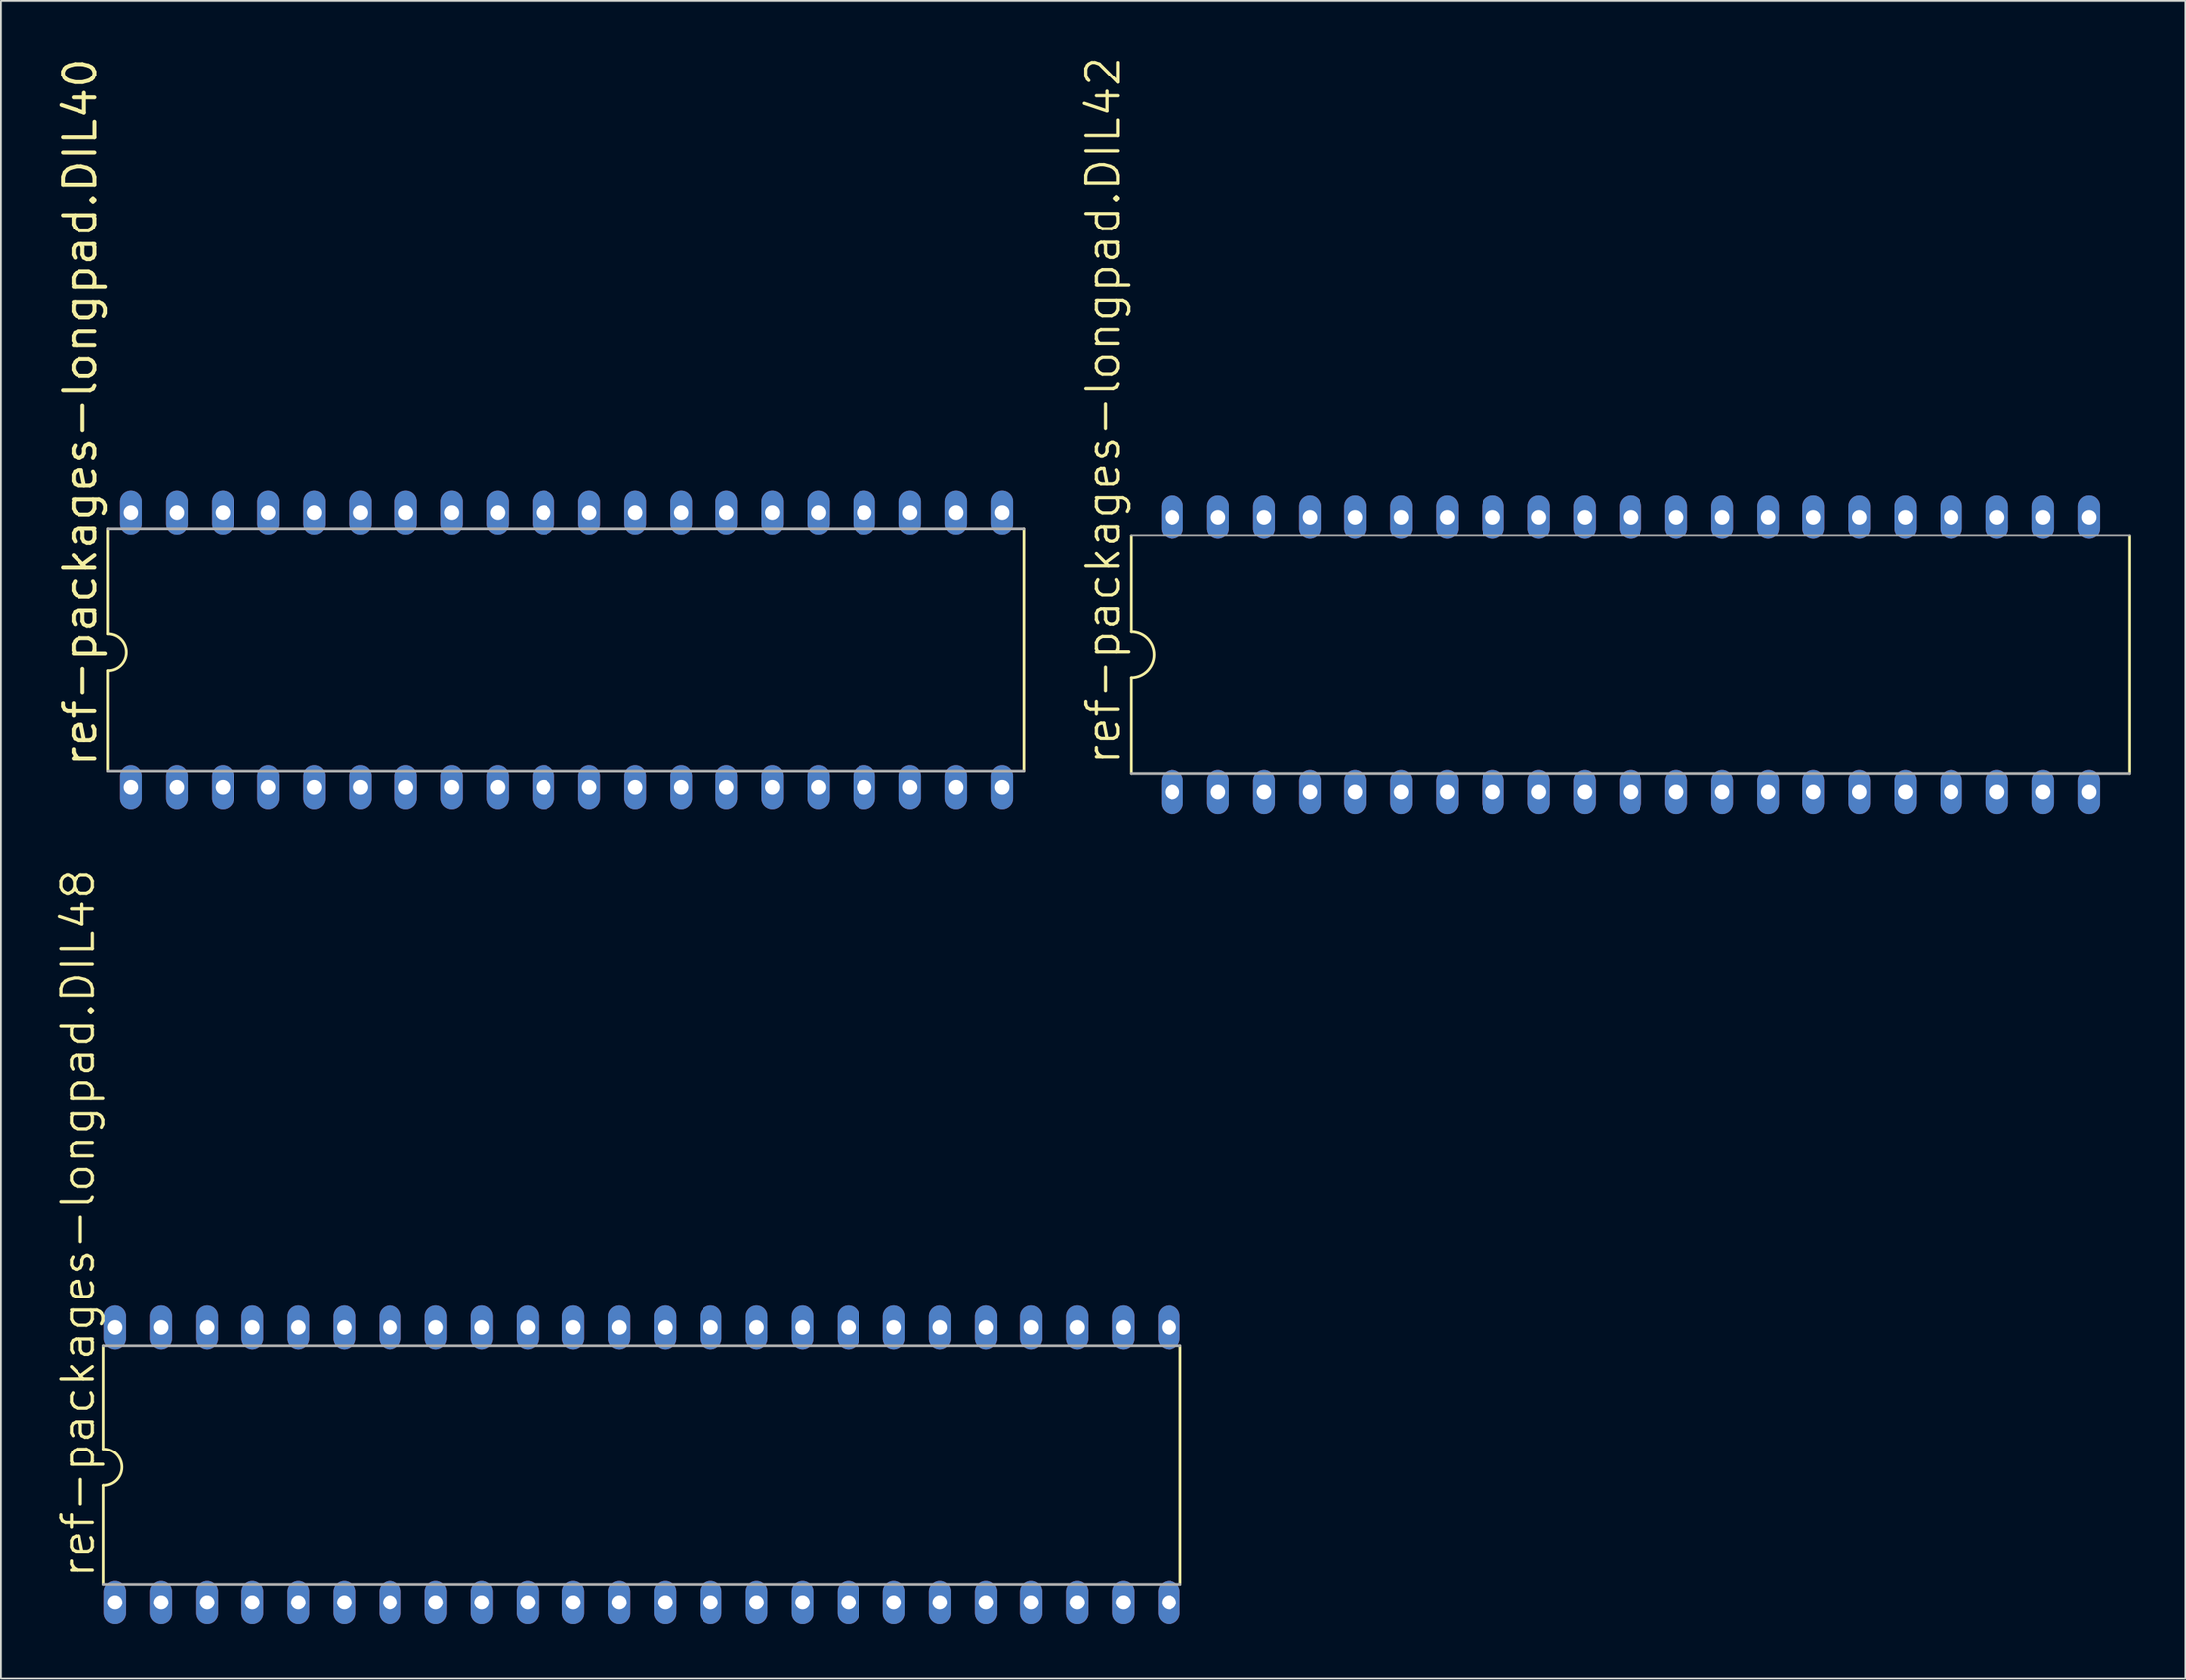
<source format=kicad_pcb>
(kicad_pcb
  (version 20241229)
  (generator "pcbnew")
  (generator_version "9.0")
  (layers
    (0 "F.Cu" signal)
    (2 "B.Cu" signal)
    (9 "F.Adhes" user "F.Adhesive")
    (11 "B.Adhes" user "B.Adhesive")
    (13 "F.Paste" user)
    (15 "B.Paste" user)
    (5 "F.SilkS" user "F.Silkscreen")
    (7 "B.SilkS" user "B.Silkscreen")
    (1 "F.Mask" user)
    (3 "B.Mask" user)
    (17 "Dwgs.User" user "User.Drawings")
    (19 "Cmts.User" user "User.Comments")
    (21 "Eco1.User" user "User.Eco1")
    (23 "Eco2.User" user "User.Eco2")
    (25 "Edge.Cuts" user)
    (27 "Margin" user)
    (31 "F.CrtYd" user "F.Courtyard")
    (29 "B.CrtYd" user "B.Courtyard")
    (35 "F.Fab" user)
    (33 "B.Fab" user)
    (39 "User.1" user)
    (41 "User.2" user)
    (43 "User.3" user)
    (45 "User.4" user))
  (footprint "ref-packages-longpad.DIL42"
    (layer "F.Cu")
    (at 87.334 33.247)
    (property "Reference" "ref-packages-longpad.DIL42" (at -28.194 6.223 90) (layer "F.SilkS") (effects (font (size 1.778 1.778) (thickness 0.18)) (justify left bottom)))
    (attr through_hole)
    (fp_line (start -27.686 -6.604) (end -27.686 -1.27) (stroke (width 0.152) (type default)) (layer "F.SilkS"))
    (fp_line (start -27.686 1.27) (end -27.686 6.604) (stroke (width 0.152) (type default)) (layer "F.SilkS"))
    (fp_line (start 27.686 6.604) (end 27.686 -6.604) (stroke (width 0.152) (type default)) (layer "F.SilkS"))
    (fp_arc (start -27.686 -1.27) (mid -26.416 0) (end -27.686 1.27) (stroke (width 0.1524) (type default)) (layer "F.SilkS"))
    (fp_line (start -27.686 -6.604) (end 27.686 -6.604) (stroke (width 0.152) (type default)) (layer "F.Fab"))
    (fp_line (start -27.686 6.604) (end 27.686 6.604) (stroke (width 0.152) (type default)) (layer "F.Fab"))
    (pad "1" thru_hole oval (at -25.4 7.62 90) (size 2.438 1.219) (drill 0.813) (layers "*.Cu" "*.Mask"))
    (pad "2" thru_hole oval (at -22.86 7.62 90) (size 2.438 1.219) (drill 0.813) (layers "*.Cu" "*.Mask"))
    (pad "3" thru_hole oval (at -20.32 7.62 90) (size 2.438 1.219) (drill 0.813) (layers "*.Cu" "*.Mask"))
    (pad "4" thru_hole oval (at -17.78 7.62 90) (size 2.438 1.219) (drill 0.813) (layers "*.Cu" "*.Mask"))
    (pad "5" thru_hole oval (at -15.24 7.62 90) (size 2.438 1.219) (drill 0.813) (layers "*.Cu" "*.Mask"))
    (pad "6" thru_hole oval (at -12.7 7.62 90) (size 2.438 1.219) (drill 0.813) (layers "*.Cu" "*.Mask"))
    (pad "7" thru_hole oval (at -10.16 7.62 90) (size 2.438 1.219) (drill 0.813) (layers "*.Cu" "*.Mask"))
    (pad "8" thru_hole oval (at -7.62 7.62 90) (size 2.438 1.219) (drill 0.813) (layers "*.Cu" "*.Mask"))
    (pad "9" thru_hole oval (at -5.08 7.62 90) (size 2.438 1.219) (drill 0.813) (layers "*.Cu" "*.Mask"))
    (pad "10" thru_hole oval (at -2.54 7.62 90) (size 2.438 1.219) (drill 0.813) (layers "*.Cu" "*.Mask"))
    (pad "11" thru_hole oval (at 0 7.62 90) (size 2.438 1.219) (drill 0.813) (layers "*.Cu" "*.Mask"))
    (pad "12" thru_hole oval (at 2.54 7.62 90) (size 2.438 1.219) (drill 0.813) (layers "*.Cu" "*.Mask"))
    (pad "13" thru_hole oval (at 5.08 7.62 90) (size 2.438 1.219) (drill 0.813) (layers "*.Cu" "*.Mask"))
    (pad "14" thru_hole oval (at 7.62 7.62 90) (size 2.438 1.219) (drill 0.813) (layers "*.Cu" "*.Mask"))
    (pad "15" thru_hole oval (at 10.16 7.62 90) (size 2.438 1.219) (drill 0.813) (layers "*.Cu" "*.Mask"))
    (pad "16" thru_hole oval (at 12.7 7.62 90) (size 2.438 1.219) (drill 0.813) (layers "*.Cu" "*.Mask"))
    (pad "17" thru_hole oval (at 15.24 7.62 90) (size 2.438 1.219) (drill 0.813) (layers "*.Cu" "*.Mask"))
    (pad "18" thru_hole oval (at 17.78 7.62 90) (size 2.438 1.219) (drill 0.813) (layers "*.Cu" "*.Mask"))
    (pad "19" thru_hole oval (at 20.32 7.62 90) (size 2.438 1.219) (drill 0.813) (layers "*.Cu" "*.Mask"))
    (pad "20" thru_hole oval (at 22.86 7.62 90) (size 2.438 1.219) (drill 0.813) (layers "*.Cu" "*.Mask"))
    (pad "21" thru_hole oval (at 25.4 7.62 90) (size 2.438 1.219) (drill 0.813) (layers "*.Cu" "*.Mask"))
    (pad "22" thru_hole oval (at 25.4 -7.62 90) (size 2.438 1.219) (drill 0.813) (layers "*.Cu" "*.Mask"))
    (pad "23" thru_hole oval (at 22.86 -7.62 90) (size 2.438 1.219) (drill 0.813) (layers "*.Cu" "*.Mask"))
    (pad "24" thru_hole oval (at 20.32 -7.62 90) (size 2.438 1.219) (drill 0.813) (layers "*.Cu" "*.Mask"))
    (pad "25" thru_hole oval (at 17.78 -7.62 90) (size 2.438 1.219) (drill 0.813) (layers "*.Cu" "*.Mask"))
    (pad "26" thru_hole oval (at 15.24 -7.62 90) (size 2.438 1.219) (drill 0.813) (layers "*.Cu" "*.Mask"))
    (pad "27" thru_hole oval (at 12.7 -7.62 90) (size 2.438 1.219) (drill 0.813) (layers "*.Cu" "*.Mask"))
    (pad "28" thru_hole oval (at 10.16 -7.62 90) (size 2.438 1.219) (drill 0.813) (layers "*.Cu" "*.Mask"))
    (pad "29" thru_hole oval (at 7.62 -7.62 90) (size 2.438 1.219) (drill 0.813) (layers "*.Cu" "*.Mask"))
    (pad "30" thru_hole oval (at 5.08 -7.62 90) (size 2.438 1.219) (drill 0.813) (layers "*.Cu" "*.Mask"))
    (pad "31" thru_hole oval (at 2.54 -7.62 90) (size 2.438 1.219) (drill 0.813) (layers "*.Cu" "*.Mask"))
    (pad "32" thru_hole oval (at 0 -7.62 90) (size 2.438 1.219) (drill 0.813) (layers "*.Cu" "*.Mask"))
    (pad "33" thru_hole oval (at -2.54 -7.62 90) (size 2.438 1.219) (drill 0.813) (layers "*.Cu" "*.Mask"))
    (pad "34" thru_hole oval (at -5.08 -7.62 90) (size 2.438 1.219) (drill 0.813) (layers "*.Cu" "*.Mask"))
    (pad "35" thru_hole oval (at -7.62 -7.62 90) (size 2.438 1.219) (drill 0.813) (layers "*.Cu" "*.Mask"))
    (pad "36" thru_hole oval (at -10.16 -7.62 90) (size 2.438 1.219) (drill 0.813) (layers "*.Cu" "*.Mask"))
    (pad "37" thru_hole oval (at -12.7 -7.62 90) (size 2.438 1.219) (drill 0.813) (layers "*.Cu" "*.Mask"))
    (pad "38" thru_hole oval (at -15.24 -7.62 90) (size 2.438 1.219) (drill 0.813) (layers "*.Cu" "*.Mask"))
    (pad "39" thru_hole oval (at -17.78 -7.62 90) (size 2.438 1.219) (drill 0.813) (layers "*.Cu" "*.Mask"))
    (pad "40" thru_hole oval (at -20.32 -7.62 90) (size 2.438 1.219) (drill 0.813) (layers "*.Cu" "*.Mask"))
    (pad "41" thru_hole oval (at -22.86 -7.62 90) (size 2.438 1.219) (drill 0.813) (layers "*.Cu" "*.Mask"))
    (pad "42" thru_hole oval (at -25.4 -7.62 90) (size 2.438 1.219) (drill 0.813) (layers "*.Cu" "*.Mask")))
  (footprint "ref-packages-longpad.DIL40"
    (layer "F.Cu")
    (at 28.346 32.986)
    (property "Reference" "ref-packages-longpad.DIL40" (at -25.908 6.604 90) (layer "F.SilkS") (effects (font (size 1.778 1.778) (thickness 0.22)) (justify left bottom)))
    (attr through_hole)
    (fp_line (start -25.4 -6.731) (end -25.4 -0.889) (stroke (width 0.152) (type default)) (layer "F.SilkS"))
    (fp_line (start -25.4 6.731) (end -25.4 1.143) (stroke (width 0.152) (type default)) (layer "F.SilkS"))
    (fp_line (start 25.4 -6.731) (end 25.4 6.731) (stroke (width 0.152) (type default)) (layer "F.SilkS"))
    (fp_arc (start -25.4 -0.889) (mid -24.384 0.127) (end -25.4 1.143) (stroke (width 0.1524) (type default)) (layer "F.SilkS"))
    (fp_line (start -25.4 6.731) (end 25.4 6.731) (stroke (width 0.152) (type default)) (layer "F.Fab"))
    (fp_line (start 25.4 -6.731) (end -25.4 -6.731) (stroke (width 0.152) (type default)) (layer "F.Fab"))
    (pad "1" thru_hole oval (at -24.13 7.62 90) (size 2.438 1.219) (drill 0.813) (layers "*.Cu" "*.Mask"))
    (pad "2" thru_hole oval (at -21.59 7.62 90) (size 2.438 1.219) (drill 0.813) (layers "*.Cu" "*.Mask"))
    (pad "3" thru_hole oval (at -19.05 7.62 90) (size 2.438 1.219) (drill 0.813) (layers "*.Cu" "*.Mask"))
    (pad "4" thru_hole oval (at -16.51 7.62 90) (size 2.438 1.219) (drill 0.813) (layers "*.Cu" "*.Mask"))
    (pad "5" thru_hole oval (at -13.97 7.62 90) (size 2.438 1.219) (drill 0.813) (layers "*.Cu" "*.Mask"))
    (pad "6" thru_hole oval (at -11.43 7.62 90) (size 2.438 1.219) (drill 0.813) (layers "*.Cu" "*.Mask"))
    (pad "7" thru_hole oval (at -8.89 7.62 90) (size 2.438 1.219) (drill 0.813) (layers "*.Cu" "*.Mask"))
    (pad "8" thru_hole oval (at -6.35 7.62 90) (size 2.438 1.219) (drill 0.813) (layers "*.Cu" "*.Mask"))
    (pad "9" thru_hole oval (at -3.81 7.62 90) (size 2.438 1.219) (drill 0.813) (layers "*.Cu" "*.Mask"))
    (pad "10" thru_hole oval (at -1.27 7.62 90) (size 2.438 1.219) (drill 0.813) (layers "*.Cu" "*.Mask"))
    (pad "11" thru_hole oval (at 1.27 7.62 90) (size 2.438 1.219) (drill 0.813) (layers "*.Cu" "*.Mask"))
    (pad "12" thru_hole oval (at 3.81 7.62 90) (size 2.438 1.219) (drill 0.813) (layers "*.Cu" "*.Mask"))
    (pad "13" thru_hole oval (at 6.35 7.62 90) (size 2.438 1.219) (drill 0.813) (layers "*.Cu" "*.Mask"))
    (pad "14" thru_hole oval (at 8.89 7.62 90) (size 2.438 1.219) (drill 0.813) (layers "*.Cu" "*.Mask"))
    (pad "15" thru_hole oval (at 11.43 7.62 90) (size 2.438 1.219) (drill 0.813) (layers "*.Cu" "*.Mask"))
    (pad "16" thru_hole oval (at 13.97 7.62 90) (size 2.438 1.219) (drill 0.813) (layers "*.Cu" "*.Mask"))
    (pad "17" thru_hole oval (at 16.51 7.62 90) (size 2.438 1.219) (drill 0.813) (layers "*.Cu" "*.Mask"))
    (pad "18" thru_hole oval (at 19.05 7.62 90) (size 2.438 1.219) (drill 0.813) (layers "*.Cu" "*.Mask"))
    (pad "19" thru_hole oval (at 21.59 7.62 90) (size 2.438 1.219) (drill 0.813) (layers "*.Cu" "*.Mask"))
    (pad "20" thru_hole oval (at 24.13 7.62 90) (size 2.438 1.219) (drill 0.813) (layers "*.Cu" "*.Mask"))
    (pad "21" thru_hole oval (at 24.13 -7.62 90) (size 2.438 1.219) (drill 0.813) (layers "*.Cu" "*.Mask"))
    (pad "22" thru_hole oval (at 21.59 -7.62 90) (size 2.438 1.219) (drill 0.813) (layers "*.Cu" "*.Mask"))
    (pad "23" thru_hole oval (at 19.05 -7.62 90) (size 2.438 1.219) (drill 0.813) (layers "*.Cu" "*.Mask"))
    (pad "24" thru_hole oval (at 16.51 -7.62 90) (size 2.438 1.219) (drill 0.813) (layers "*.Cu" "*.Mask"))
    (pad "25" thru_hole oval (at 13.97 -7.62 90) (size 2.438 1.219) (drill 0.813) (layers "*.Cu" "*.Mask"))
    (pad "26" thru_hole oval (at 11.43 -7.62 90) (size 2.438 1.219) (drill 0.813) (layers "*.Cu" "*.Mask"))
    (pad "27" thru_hole oval (at 8.89 -7.62 90) (size 2.438 1.219) (drill 0.813) (layers "*.Cu" "*.Mask"))
    (pad "28" thru_hole oval (at 6.35 -7.62 90) (size 2.438 1.219) (drill 0.813) (layers "*.Cu" "*.Mask"))
    (pad "29" thru_hole oval (at 3.81 -7.62 90) (size 2.438 1.219) (drill 0.813) (layers "*.Cu" "*.Mask"))
    (pad "30" thru_hole oval (at 1.27 -7.62 90) (size 2.438 1.219) (drill 0.813) (layers "*.Cu" "*.Mask"))
    (pad "31" thru_hole oval (at -1.27 -7.62 90) (size 2.438 1.219) (drill 0.813) (layers "*.Cu" "*.Mask"))
    (pad "32" thru_hole oval (at -3.81 -7.62 90) (size 2.438 1.219) (drill 0.813) (layers "*.Cu" "*.Mask"))
    (pad "33" thru_hole oval (at -6.35 -7.62 90) (size 2.438 1.219) (drill 0.813) (layers "*.Cu" "*.Mask"))
    (pad "34" thru_hole oval (at -8.89 -7.62 90) (size 2.438 1.219) (drill 0.813) (layers "*.Cu" "*.Mask"))
    (pad "35" thru_hole oval (at -11.43 -7.62 90) (size 2.438 1.219) (drill 0.813) (layers "*.Cu" "*.Mask"))
    (pad "36" thru_hole oval (at -13.97 -7.62 90) (size 2.438 1.219) (drill 0.813) (layers "*.Cu" "*.Mask"))
    (pad "37" thru_hole oval (at -16.51 -7.62 90) (size 2.438 1.219) (drill 0.813) (layers "*.Cu" "*.Mask"))
    (pad "38" thru_hole oval (at -19.05 -7.62 90) (size 2.438 1.219) (drill 0.813) (layers "*.Cu" "*.Mask"))
    (pad "39" thru_hole oval (at -21.59 -7.62 90) (size 2.438 1.219) (drill 0.813) (layers "*.Cu" "*.Mask"))
    (pad "40" thru_hole oval (at -24.13 -7.62 90) (size 2.438 1.219) (drill 0.813) (layers "*.Cu" "*.Mask")))
  (footprint "ref-packages-longpad.DIL48"
    (layer "F.Cu")
    (at 32.544 78.206)
    (property "Reference" "ref-packages-longpad.DIL48" (at -30.226 6.35 90) (layer "F.SilkS") (effects (font (size 1.778 1.778) (thickness 0.18)) (justify left bottom)))
    (attr through_hole)
    (fp_line (start -29.845 -6.604) (end -29.845 -0.889) (stroke (width 0.152) (type default)) (layer "F.SilkS"))
    (fp_line (start -29.845 6.604) (end -29.845 1.143) (stroke (width 0.152) (type default)) (layer "F.SilkS"))
    (fp_line (start 29.845 6.604) (end 29.845 -6.604) (stroke (width 0.152) (type default)) (layer "F.SilkS"))
    (fp_arc (start -29.845 -0.889) (mid -28.829 0.127) (end -29.845 1.143) (stroke (width 0.1524) (type default)) (layer "F.SilkS"))
    (fp_line (start -29.845 6.604) (end 29.845 6.604) (stroke (width 0.152) (type default)) (layer "F.Fab"))
    (fp_line (start 29.845 -6.604) (end -29.845 -6.604) (stroke (width 0.152) (type default)) (layer "F.Fab"))
    (pad "1" thru_hole oval (at -29.21 7.62 90) (size 2.438 1.219) (drill 0.813) (layers "*.Cu" "*.Mask"))
    (pad "2" thru_hole oval (at -26.67 7.62 90) (size 2.438 1.219) (drill 0.813) (layers "*.Cu" "*.Mask"))
    (pad "3" thru_hole oval (at -24.13 7.62 90) (size 2.438 1.219) (drill 0.813) (layers "*.Cu" "*.Mask"))
    (pad "4" thru_hole oval (at -21.59 7.62 90) (size 2.438 1.219) (drill 0.813) (layers "*.Cu" "*.Mask"))
    (pad "5" thru_hole oval (at -19.05 7.62 90) (size 2.438 1.219) (drill 0.813) (layers "*.Cu" "*.Mask"))
    (pad "6" thru_hole oval (at -16.51 7.62 90) (size 2.438 1.219) (drill 0.813) (layers "*.Cu" "*.Mask"))
    (pad "7" thru_hole oval (at -13.97 7.62 90) (size 2.438 1.219) (drill 0.813) (layers "*.Cu" "*.Mask"))
    (pad "8" thru_hole oval (at -11.43 7.62 90) (size 2.438 1.219) (drill 0.813) (layers "*.Cu" "*.Mask"))
    (pad "9" thru_hole oval (at -8.89 7.62 90) (size 2.438 1.219) (drill 0.813) (layers "*.Cu" "*.Mask"))
    (pad "10" thru_hole oval (at -6.35 7.62 90) (size 2.438 1.219) (drill 0.813) (layers "*.Cu" "*.Mask"))
    (pad "11" thru_hole oval (at -3.81 7.62 90) (size 2.438 1.219) (drill 0.813) (layers "*.Cu" "*.Mask"))
    (pad "12" thru_hole oval (at -1.27 7.62 90) (size 2.438 1.219) (drill 0.813) (layers "*.Cu" "*.Mask"))
    (pad "13" thru_hole oval (at 1.27 7.62 90) (size 2.438 1.219) (drill 0.813) (layers "*.Cu" "*.Mask"))
    (pad "14" thru_hole oval (at 3.81 7.62 90) (size 2.438 1.219) (drill 0.813) (layers "*.Cu" "*.Mask"))
    (pad "15" thru_hole oval (at 6.35 7.62 90) (size 2.438 1.219) (drill 0.813) (layers "*.Cu" "*.Mask"))
    (pad "16" thru_hole oval (at 8.89 7.62 90) (size 2.438 1.219) (drill 0.813) (layers "*.Cu" "*.Mask"))
    (pad "17" thru_hole oval (at 11.43 7.62 90) (size 2.438 1.219) (drill 0.813) (layers "*.Cu" "*.Mask"))
    (pad "18" thru_hole oval (at 13.97 7.62 90) (size 2.438 1.219) (drill 0.813) (layers "*.Cu" "*.Mask"))
    (pad "19" thru_hole oval (at 16.51 7.62 90) (size 2.438 1.219) (drill 0.813) (layers "*.Cu" "*.Mask"))
    (pad "20" thru_hole oval (at 19.05 7.62 90) (size 2.438 1.219) (drill 0.813) (layers "*.Cu" "*.Mask"))
    (pad "21" thru_hole oval (at 21.59 7.62 90) (size 2.438 1.219) (drill 0.813) (layers "*.Cu" "*.Mask"))
    (pad "22" thru_hole oval (at 24.13 7.62 90) (size 2.438 1.219) (drill 0.813) (layers "*.Cu" "*.Mask"))
    (pad "23" thru_hole oval (at 26.67 7.62 90) (size 2.438 1.219) (drill 0.813) (layers "*.Cu" "*.Mask"))
    (pad "24" thru_hole oval (at 29.21 7.62 90) (size 2.438 1.219) (drill 0.813) (layers "*.Cu" "*.Mask"))
    (pad "25" thru_hole oval (at 29.21 -7.62 90) (size 2.438 1.219) (drill 0.813) (layers "*.Cu" "*.Mask"))
    (pad "26" thru_hole oval (at 26.67 -7.62 90) (size 2.438 1.219) (drill 0.813) (layers "*.Cu" "*.Mask"))
    (pad "27" thru_hole oval (at 24.13 -7.62 90) (size 2.438 1.219) (drill 0.813) (layers "*.Cu" "*.Mask"))
    (pad "28" thru_hole oval (at 21.59 -7.62 90) (size 2.438 1.219) (drill 0.813) (layers "*.Cu" "*.Mask"))
    (pad "29" thru_hole oval (at 19.05 -7.62 90) (size 2.438 1.219) (drill 0.813) (layers "*.Cu" "*.Mask"))
    (pad "30" thru_hole oval (at 16.51 -7.62 90) (size 2.438 1.219) (drill 0.813) (layers "*.Cu" "*.Mask"))
    (pad "31" thru_hole oval (at 13.97 -7.62 90) (size 2.438 1.219) (drill 0.813) (layers "*.Cu" "*.Mask"))
    (pad "32" thru_hole oval (at 11.43 -7.62 90) (size 2.438 1.219) (drill 0.813) (layers "*.Cu" "*.Mask"))
    (pad "33" thru_hole oval (at 8.89 -7.62 90) (size 2.438 1.219) (drill 0.813) (layers "*.Cu" "*.Mask"))
    (pad "34" thru_hole oval (at 6.35 -7.62 90) (size 2.438 1.219) (drill 0.813) (layers "*.Cu" "*.Mask"))
    (pad "35" thru_hole oval (at 3.81 -7.62 90) (size 2.438 1.219) (drill 0.813) (layers "*.Cu" "*.Mask"))
    (pad "36" thru_hole oval (at 1.27 -7.62 90) (size 2.438 1.219) (drill 0.813) (layers "*.Cu" "*.Mask"))
    (pad "37" thru_hole oval (at -1.27 -7.62 90) (size 2.438 1.219) (drill 0.813) (layers "*.Cu" "*.Mask"))
    (pad "38" thru_hole oval (at -3.81 -7.62 90) (size 2.438 1.219) (drill 0.813) (layers "*.Cu" "*.Mask"))
    (pad "39" thru_hole oval (at -6.35 -7.62 90) (size 2.438 1.219) (drill 0.813) (layers "*.Cu" "*.Mask"))
    (pad "40" thru_hole oval (at -8.89 -7.62 90) (size 2.438 1.219) (drill 0.813) (layers "*.Cu" "*.Mask"))
    (pad "41" thru_hole oval (at -11.43 -7.62 90) (size 2.438 1.219) (drill 0.813) (layers "*.Cu" "*.Mask"))
    (pad "42" thru_hole oval (at -13.97 -7.62 90) (size 2.438 1.219) (drill 0.813) (layers "*.Cu" "*.Mask"))
    (pad "43" thru_hole oval (at -16.51 -7.62 90) (size 2.438 1.219) (drill 0.813) (layers "*.Cu" "*.Mask"))
    (pad "44" thru_hole oval (at -19.05 -7.62 90) (size 2.438 1.219) (drill 0.813) (layers "*.Cu" "*.Mask"))
    (pad "45" thru_hole oval (at -21.59 -7.62 90) (size 2.438 1.219) (drill 0.813) (layers "*.Cu" "*.Mask"))
    (pad "46" thru_hole oval (at -24.13 -7.62 90) (size 2.438 1.219) (drill 0.813) (layers "*.Cu" "*.Mask"))
    (pad "47" thru_hole oval (at -26.67 -7.62 90) (size 2.438 1.219) (drill 0.813) (layers "*.Cu" "*.Mask"))
    (pad "48" thru_hole oval (at -29.21 -7.62 90) (size 2.438 1.219) (drill 0.813) (layers "*.Cu" "*.Mask")))
  (gr_rect
    (start -3 -3)
    (end 118.096 90.045)
    (stroke (width 0.1) (type default))
    (fill no)
    (layer "Edge.Cuts")))
</source>
